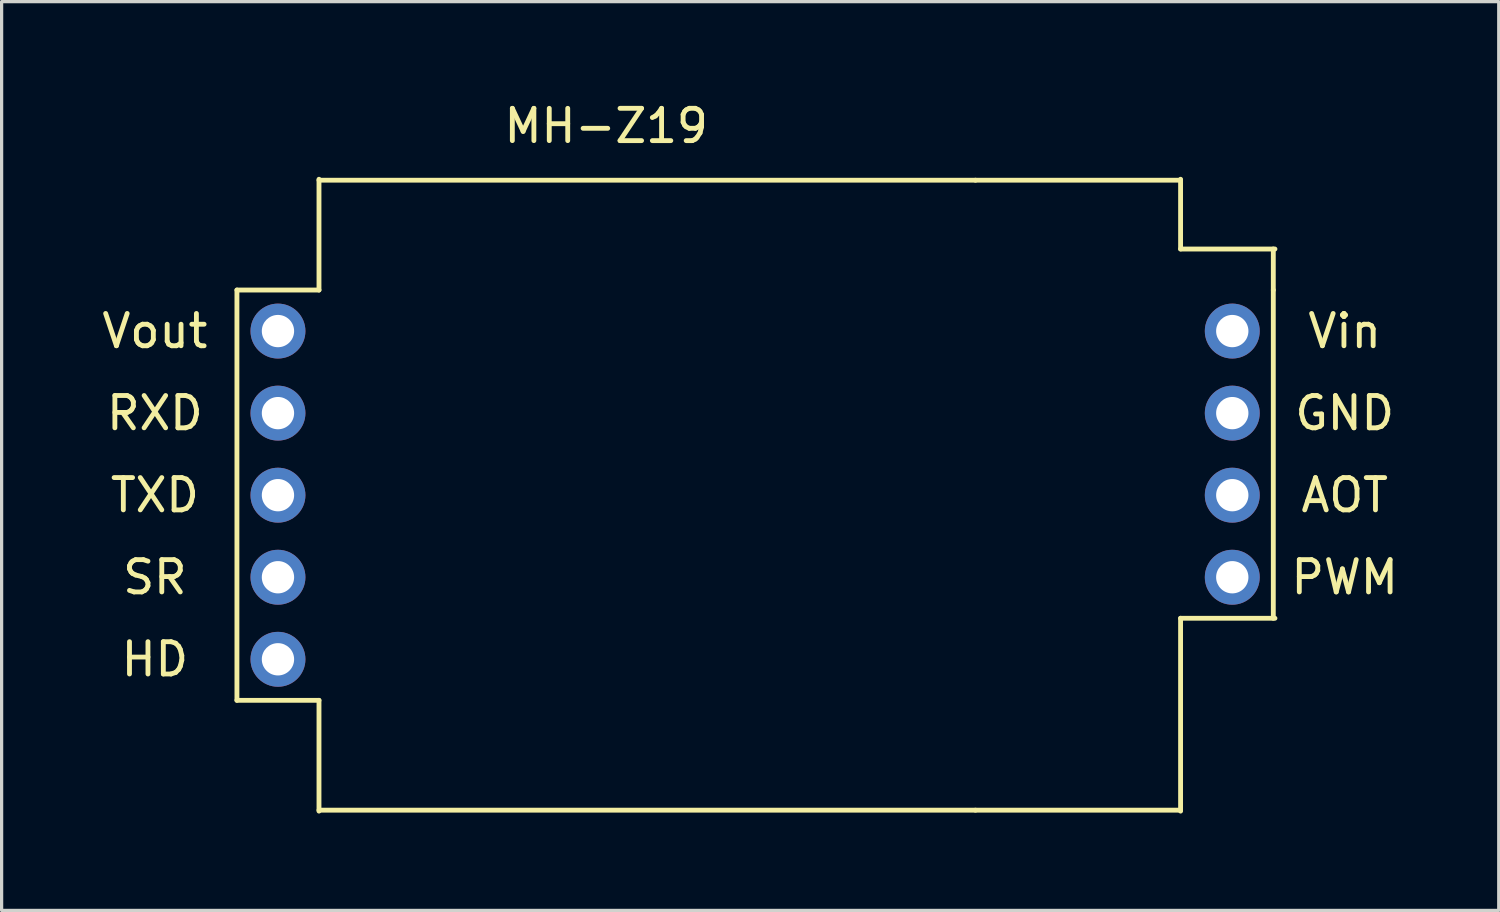
<source format=kicad_pcb>
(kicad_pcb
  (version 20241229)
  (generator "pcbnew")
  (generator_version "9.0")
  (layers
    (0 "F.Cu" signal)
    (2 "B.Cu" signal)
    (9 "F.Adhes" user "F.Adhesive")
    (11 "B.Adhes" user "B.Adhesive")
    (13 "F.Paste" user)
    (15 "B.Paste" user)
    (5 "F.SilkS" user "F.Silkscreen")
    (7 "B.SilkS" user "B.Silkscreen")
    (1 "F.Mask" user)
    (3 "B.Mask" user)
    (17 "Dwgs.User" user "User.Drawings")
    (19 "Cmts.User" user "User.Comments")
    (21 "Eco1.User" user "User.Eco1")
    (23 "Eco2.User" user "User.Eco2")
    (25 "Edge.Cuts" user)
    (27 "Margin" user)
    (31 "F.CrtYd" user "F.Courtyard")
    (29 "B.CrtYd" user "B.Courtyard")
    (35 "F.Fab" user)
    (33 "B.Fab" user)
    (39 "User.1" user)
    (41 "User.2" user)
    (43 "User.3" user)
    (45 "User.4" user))
  (footprint "MH-Z19"
    (layer "F.Cu")
    (at 15.714 5.928)
    (property "Reference" "MH-Z19" (at 0 -5.08 0) (layer "F.SilkS") (effects (font (size 1 1) (thickness 0.15))))
    (attr through_hole)
    (fp_line (start -11.43 0) (end -11.43 12.7) (stroke (width 0.15) (type solid)) (layer "F.SilkS"))
    (fp_line (start -11.43 12.7) (end -8.89 12.7) (stroke (width 0.15) (type solid)) (layer "F.SilkS"))
    (fp_line (start -8.89 0) (end -11.43 0) (stroke (width 0.15) (type solid)) (layer "F.SilkS"))
    (fp_line (start -8.89 0) (end -8.89 -3.429) (stroke (width 0.15) (type solid)) (layer "F.SilkS"))
    (fp_line (start -8.89 16.1) (end 11.43 16.1) (stroke (width 0.15) (type solid)) (layer "F.SilkS"))
    (fp_line (start -8.89 16.129) (end -8.89 12.7) (stroke (width 0.15) (type solid)) (layer "F.SilkS"))
    (fp_line (start 11.43 -3.4) (end -8.89 -3.4) (stroke (width 0.15) (type solid)) (layer "F.SilkS"))
    (fp_line (start 11.43 -3.4) (end 17.78 -3.4) (stroke (width 0.15) (type solid)) (layer "F.SilkS"))
    (fp_line (start 17.78 -3.429) (end 17.78 -1.27) (stroke (width 0.15) (type solid)) (layer "F.SilkS"))
    (fp_line (start 17.78 16.1) (end 11.43 16.1) (stroke (width 0.15) (type solid)) (layer "F.SilkS"))
    (fp_line (start 17.78 16.129) (end 17.78 10.16) (stroke (width 0.15) (type solid)) (layer "F.SilkS"))
    (fp_line (start 20.65 0) (end 20.65 -1.27) (stroke (width 0.15) (type solid)) (layer "F.SilkS"))
    (fp_line (start 20.65 10.16) (end 20.65 0) (stroke (width 0.15) (type solid)) (layer "F.SilkS"))
    (fp_line (start 20.701 -1.27) (end 17.78 -1.27) (stroke (width 0.15) (type solid)) (layer "F.SilkS"))
    (fp_line (start 20.701 10.16) (end 17.78 10.16) (stroke (width 0.15) (type solid)) (layer "F.SilkS"))
    (fp_text user "SR" (at -13.97 8.89 0) (layer "F.SilkS") (effects (font (size 1 1) (thickness 0.15))))
    (fp_text user "RXD" (at -13.97 3.81 0) (layer "F.SilkS") (effects (font (size 1 1) (thickness 0.15))))
    (fp_text user "TXD" (at -13.97 6.35 0) (layer "F.SilkS") (effects (font (size 1 1) (thickness 0.15))))
    (fp_text user "AOT" (at 22.86 6.35 0) (layer "F.SilkS") (effects (font (size 1 1) (thickness 0.15))))
    (fp_text user "HD" (at -13.97 11.43 0) (layer "F.SilkS") (effects (font (size 1 1) (thickness 0.15))))
    (fp_text user "Vout" (at -13.97 1.27 0) (layer "F.SilkS") (effects (font (size 1 1) (thickness 0.15))))
    (fp_text user "PWM" (at 22.86 8.89 0) (layer "F.SilkS") (effects (font (size 1 1) (thickness 0.15))))
    (fp_text user "Vin" (at 22.86 1.27 0) (layer "F.SilkS") (effects (font (size 1 1) (thickness 0.15))))
    (fp_text user "GND" (at 22.86 3.81 0) (layer "F.SilkS") (effects (font (size 1 1) (thickness 0.15))))
    (pad "1" thru_hole circle (at -10.16 1.27) (size 1.7 1.7) (drill 1) (layers "*.Cu" "*.Mask"))
    (pad "2" thru_hole circle (at -10.16 3.81) (size 1.7 1.7) (drill 1) (layers "*.Cu" "*.Mask"))
    (pad "3" thru_hole circle (at -10.16 6.35) (size 1.7 1.7) (drill 1) (layers "*.Cu" "*.Mask"))
    (pad "4" thru_hole circle (at -10.16 8.89) (size 1.7 1.7) (drill 1) (layers "*.Cu" "*.Mask"))
    (pad "5" thru_hole circle (at -10.16 11.43) (size 1.7 1.7) (drill 1) (layers "*.Cu" "*.Mask"))
    (pad "6" thru_hole circle (at 19.38 1.27) (size 1.7 1.7) (drill 1) (layers "*.Cu" "*.Mask"))
    (pad "7" thru_hole circle (at 19.38 3.81) (size 1.7 1.7) (drill 1) (layers "*.Cu" "*.Mask"))
    (pad "8" thru_hole circle (at 19.38 6.35) (size 1.7 1.7) (drill 1) (layers "*.Cu" "*.Mask"))
    (pad "9" thru_hole circle (at 19.38 8.89) (size 1.7 1.7) (drill 1) (layers "*.Cu" "*.Mask")))
  (gr_rect
    (start -3 -3)
    (end 43.342 25.132)
    (stroke (width 0.1) (type default))
    (fill no)
    (layer "Edge.Cuts")))
</source>
